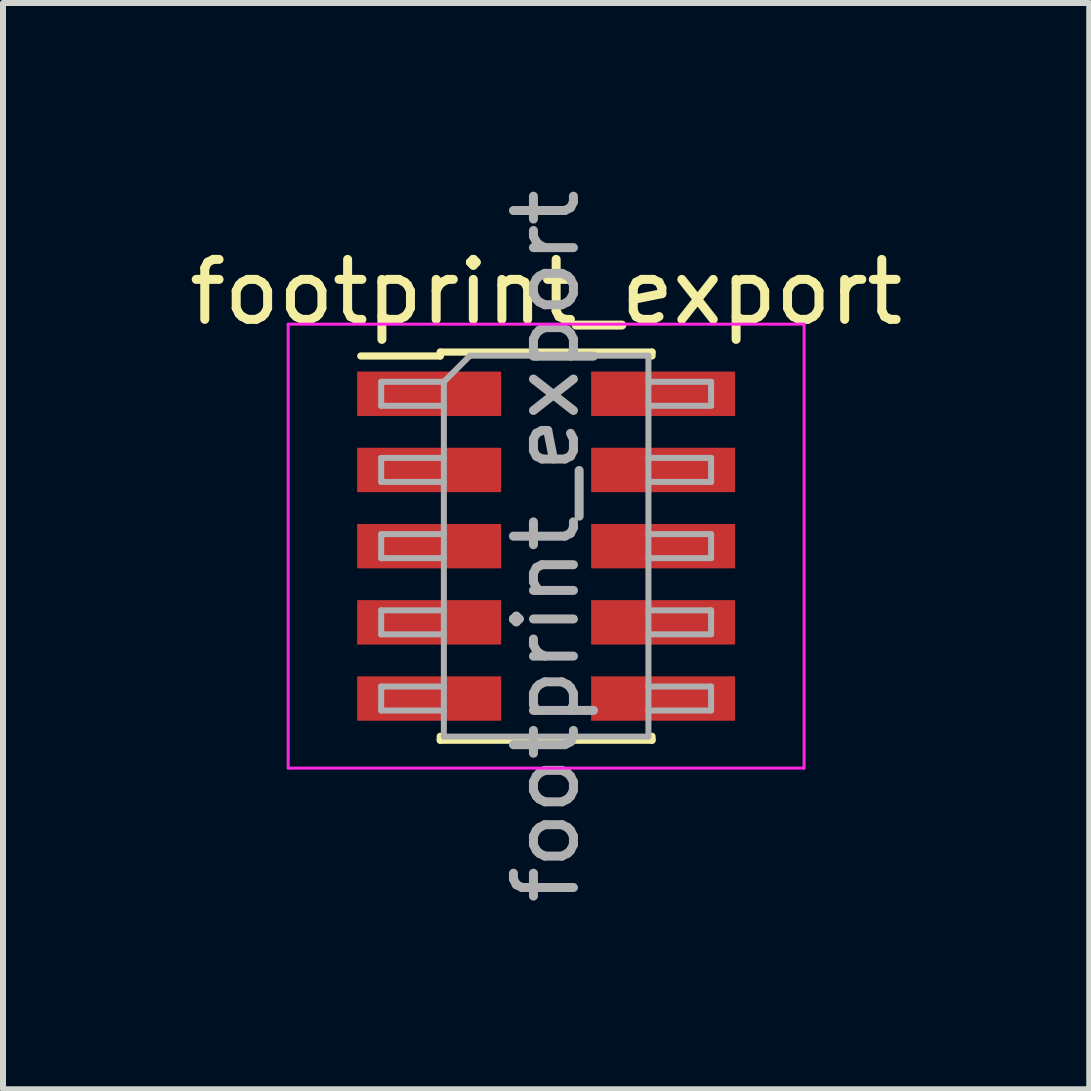
<source format=kicad_pcb>
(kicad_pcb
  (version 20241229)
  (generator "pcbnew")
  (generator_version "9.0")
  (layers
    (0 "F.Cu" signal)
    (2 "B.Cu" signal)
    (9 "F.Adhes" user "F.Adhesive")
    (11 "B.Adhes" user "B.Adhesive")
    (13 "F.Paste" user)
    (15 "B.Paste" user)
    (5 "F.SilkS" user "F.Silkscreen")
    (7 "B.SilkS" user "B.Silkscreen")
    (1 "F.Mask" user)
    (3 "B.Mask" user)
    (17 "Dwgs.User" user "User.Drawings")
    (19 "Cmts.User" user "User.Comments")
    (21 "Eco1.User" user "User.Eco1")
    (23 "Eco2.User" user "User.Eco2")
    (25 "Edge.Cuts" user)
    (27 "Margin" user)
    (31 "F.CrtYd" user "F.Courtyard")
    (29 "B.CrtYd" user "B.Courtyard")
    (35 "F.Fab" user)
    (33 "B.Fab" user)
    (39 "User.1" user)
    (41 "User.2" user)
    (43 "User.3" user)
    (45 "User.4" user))
  (footprint "footprint_export"
    (layer "F.Cu")
    (at 6.054 6.054)
    (property "Reference" "footprint_export" (at 0 -4.235 0) (layer "F.SilkS") (effects (font (size 1 1) (thickness 0.15))))
    (attr smd)
    (fp_line (start -3.09 -3.17) (end -1.765 -3.17) (stroke (width 0.12) (type solid)) (layer "F.SilkS"))
    (fp_line (start -1.765 -3.235) (end -1.765 -3.17) (stroke (width 0.12) (type solid)) (layer "F.SilkS"))
    (fp_line (start -1.765 -3.235) (end 1.765 -3.235) (stroke (width 0.12) (type solid)) (layer "F.SilkS"))
    (fp_line (start -1.765 3.17) (end -1.765 3.235) (stroke (width 0.12) (type solid)) (layer "F.SilkS"))
    (fp_line (start -1.765 3.235) (end 1.765 3.235) (stroke (width 0.12) (type solid)) (layer "F.SilkS"))
    (fp_line (start 1.765 -3.235) (end 1.765 -3.17) (stroke (width 0.12) (type solid)) (layer "F.SilkS"))
    (fp_line (start 1.765 3.17) (end 1.765 3.235) (stroke (width 0.12) (type solid)) (layer "F.SilkS"))
    (fp_line (start -4.3 -3.7) (end -4.3 3.7) (stroke (width 0.05) (type solid)) (layer "F.CrtYd"))
    (fp_line (start -4.3 3.7) (end 4.3 3.7) (stroke (width 0.05) (type solid)) (layer "F.CrtYd"))
    (fp_line (start 4.3 -3.7) (end -4.3 -3.7) (stroke (width 0.05) (type solid)) (layer "F.CrtYd"))
    (fp_line (start 4.3 3.7) (end 4.3 -3.7) (stroke (width 0.05) (type solid)) (layer "F.CrtYd"))
    (fp_line (start -2.75 -2.74) (end -2.75 -2.34) (stroke (width 0.1) (type solid)) (layer "F.Fab"))
    (fp_line (start -2.75 -2.34) (end -1.705 -2.34) (stroke (width 0.1) (type solid)) (layer "F.Fab"))
    (fp_line (start -2.75 -1.47) (end -2.75 -1.07) (stroke (width 0.1) (type solid)) (layer "F.Fab"))
    (fp_line (start -2.75 -1.07) (end -1.705 -1.07) (stroke (width 0.1) (type solid)) (layer "F.Fab"))
    (fp_line (start -2.75 -0.2) (end -2.75 0.2) (stroke (width 0.1) (type solid)) (layer "F.Fab"))
    (fp_line (start -2.75 0.2) (end -1.705 0.2) (stroke (width 0.1) (type solid)) (layer "F.Fab"))
    (fp_line (start -2.75 1.07) (end -2.75 1.47) (stroke (width 0.1) (type solid)) (layer "F.Fab"))
    (fp_line (start -2.75 1.47) (end -1.705 1.47) (stroke (width 0.1) (type solid)) (layer "F.Fab"))
    (fp_line (start -2.75 2.34) (end -2.75 2.74) (stroke (width 0.1) (type solid)) (layer "F.Fab"))
    (fp_line (start -2.75 2.74) (end -1.705 2.74) (stroke (width 0.1) (type solid)) (layer "F.Fab"))
    (fp_line (start -1.705 -2.74) (end -2.75 -2.74) (stroke (width 0.1) (type solid)) (layer "F.Fab"))
    (fp_line (start -1.705 -2.74) (end -1.27 -3.175) (stroke (width 0.1) (type solid)) (layer "F.Fab"))
    (fp_line (start -1.705 -1.47) (end -2.75 -1.47) (stroke (width 0.1) (type solid)) (layer "F.Fab"))
    (fp_line (start -1.705 -0.2) (end -2.75 -0.2) (stroke (width 0.1) (type solid)) (layer "F.Fab"))
    (fp_line (start -1.705 1.07) (end -2.75 1.07) (stroke (width 0.1) (type solid)) (layer "F.Fab"))
    (fp_line (start -1.705 2.34) (end -2.75 2.34) (stroke (width 0.1) (type solid)) (layer "F.Fab"))
    (fp_line (start -1.705 3.175) (end -1.705 -2.74) (stroke (width 0.1) (type solid)) (layer "F.Fab"))
    (fp_line (start -1.27 -3.175) (end 1.705 -3.175) (stroke (width 0.1) (type solid)) (layer "F.Fab"))
    (fp_line (start 1.705 -3.175) (end 1.705 3.175) (stroke (width 0.1) (type solid)) (layer "F.Fab"))
    (fp_line (start 1.705 -2.74) (end 2.75 -2.74) (stroke (width 0.1) (type solid)) (layer "F.Fab"))
    (fp_line (start 1.705 -1.47) (end 2.75 -1.47) (stroke (width 0.1) (type solid)) (layer "F.Fab"))
    (fp_line (start 1.705 -0.2) (end 2.75 -0.2) (stroke (width 0.1) (type solid)) (layer "F.Fab"))
    (fp_line (start 1.705 1.07) (end 2.75 1.07) (stroke (width 0.1) (type solid)) (layer "F.Fab"))
    (fp_line (start 1.705 2.34) (end 2.75 2.34) (stroke (width 0.1) (type solid)) (layer "F.Fab"))
    (fp_line (start 1.705 3.175) (end -1.705 3.175) (stroke (width 0.1) (type solid)) (layer "F.Fab"))
    (fp_line (start 2.75 -2.74) (end 2.75 -2.34) (stroke (width 0.1) (type solid)) (layer "F.Fab"))
    (fp_line (start 2.75 -2.34) (end 1.705 -2.34) (stroke (width 0.1) (type solid)) (layer "F.Fab"))
    (fp_line (start 2.75 -1.47) (end 2.75 -1.07) (stroke (width 0.1) (type solid)) (layer "F.Fab"))
    (fp_line (start 2.75 -1.07) (end 1.705 -1.07) (stroke (width 0.1) (type solid)) (layer "F.Fab"))
    (fp_line (start 2.75 -0.2) (end 2.75 0.2) (stroke (width 0.1) (type solid)) (layer "F.Fab"))
    (fp_line (start 2.75 0.2) (end 1.705 0.2) (stroke (width 0.1) (type solid)) (layer "F.Fab"))
    (fp_line (start 2.75 1.07) (end 2.75 1.47) (stroke (width 0.1) (type solid)) (layer "F.Fab"))
    (fp_line (start 2.75 1.47) (end 1.705 1.47) (stroke (width 0.1) (type solid)) (layer "F.Fab"))
    (fp_line (start 2.75 2.34) (end 2.75 2.74) (stroke (width 0.1) (type solid)) (layer "F.Fab"))
    (fp_line (start 2.75 2.74) (end 1.705 2.74) (stroke (width 0.1) (type solid)) (layer "F.Fab"))
    (fp_text user "${REFERENCE}" (at 0 0 90) (layer "F.Fab") (effects (font (size 1 1) (thickness 0.15))))
    (pad "1" smd rect (at -1.95 -2.54) (size 2.4 0.74) (layers "F.Cu" "F.Mask" "F.Paste"))
    (pad "2" smd rect (at 1.95 -2.54) (size 2.4 0.74) (layers "F.Cu" "F.Mask" "F.Paste"))
    (pad "3" smd rect (at -1.95 -1.27) (size 2.4 0.74) (layers "F.Cu" "F.Mask" "F.Paste"))
    (pad "4" smd rect (at 1.95 -1.27) (size 2.4 0.74) (layers "F.Cu" "F.Mask" "F.Paste"))
    (pad "5" smd rect (at -1.95 0) (size 2.4 0.74) (layers "F.Cu" "F.Mask" "F.Paste"))
    (pad "6" smd rect (at 1.95 0) (size 2.4 0.74) (layers "F.Cu" "F.Mask" "F.Paste"))
    (pad "7" smd rect (at -1.95 1.27) (size 2.4 0.74) (layers "F.Cu" "F.Mask" "F.Paste"))
    (pad "8" smd rect (at 1.95 1.27) (size 2.4 0.74) (layers "F.Cu" "F.Mask" "F.Paste"))
    (pad "9" smd rect (at -1.95 2.54) (size 2.4 0.74) (layers "F.Cu" "F.Mask" "F.Paste"))
    (pad "10" smd rect (at 1.95 2.54) (size 2.4 0.74) (layers "F.Cu" "F.Mask" "F.Paste")))
  (gr_rect
    (start -3 -3)
    (end 15.107 15.107)
    (stroke (width 0.1) (type default))
    (fill no)
    (layer "Edge.Cuts")))
</source>
